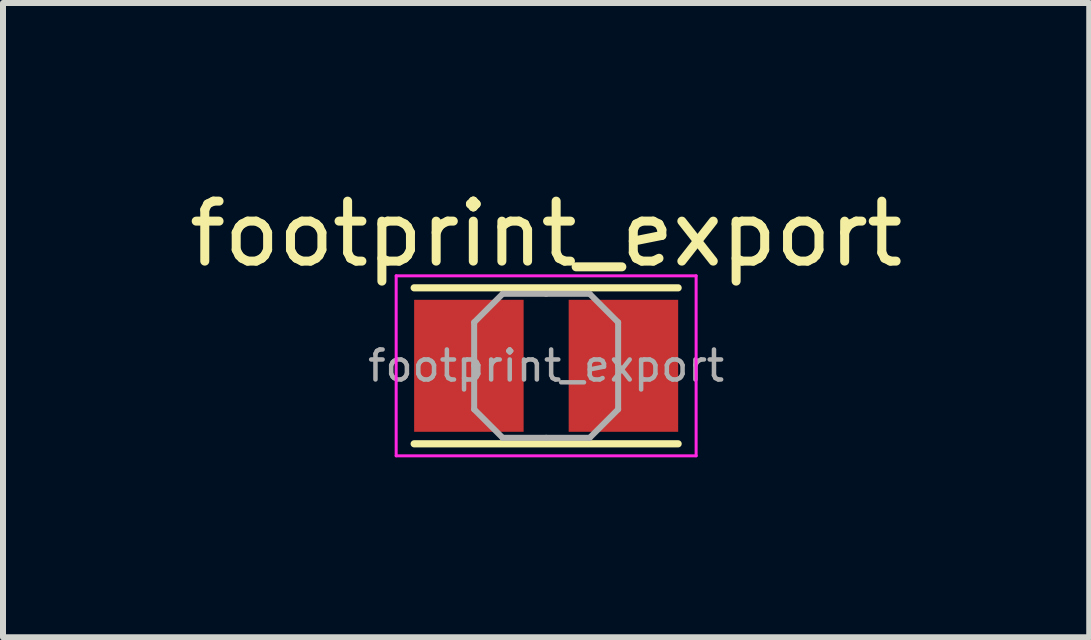
<source format=kicad_pcb>
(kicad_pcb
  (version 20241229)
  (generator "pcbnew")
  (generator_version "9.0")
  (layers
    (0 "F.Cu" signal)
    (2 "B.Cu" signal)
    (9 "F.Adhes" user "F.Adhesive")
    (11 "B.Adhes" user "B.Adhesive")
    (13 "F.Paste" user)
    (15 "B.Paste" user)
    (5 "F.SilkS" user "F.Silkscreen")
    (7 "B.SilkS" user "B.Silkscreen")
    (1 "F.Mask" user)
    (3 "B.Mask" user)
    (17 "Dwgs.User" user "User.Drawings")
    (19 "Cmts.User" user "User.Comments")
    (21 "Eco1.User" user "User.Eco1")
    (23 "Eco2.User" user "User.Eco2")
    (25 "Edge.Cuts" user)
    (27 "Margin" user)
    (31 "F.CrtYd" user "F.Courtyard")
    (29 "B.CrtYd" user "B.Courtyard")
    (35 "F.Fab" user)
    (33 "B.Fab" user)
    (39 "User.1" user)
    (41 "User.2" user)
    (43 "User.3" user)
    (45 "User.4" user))
  (footprint "footprint_export"
    (layer "F.Cu")
    (at 6.054 3.048)
    (property "Reference" "footprint_export" (at 0 -2.2 0) (layer "F.SilkS") (effects (font (size 1 1) (thickness 0.15))))
    (attr smd)
    (fp_line (start -2.2 -1.3) (end 2.2 -1.3) (stroke (width 0.12) (type solid)) (layer "F.SilkS"))
    (fp_line (start -2.2 1.3) (end 2.2 1.3) (stroke (width 0.12) (type solid)) (layer "F.SilkS"))
    (fp_line (start -2.5 -1.5) (end -2.5 1.5) (stroke (width 0.05) (type solid)) (layer "F.CrtYd"))
    (fp_line (start -2.5 1.5) (end 2.5 1.5) (stroke (width 0.05) (type solid)) (layer "F.CrtYd"))
    (fp_line (start 2.5 -1.5) (end -2.5 -1.5) (stroke (width 0.05) (type solid)) (layer "F.CrtYd"))
    (fp_line (start 2.5 1.5) (end 2.5 -1.5) (stroke (width 0.05) (type solid)) (layer "F.CrtYd"))
    (fp_line (start -1.2 -0.725) (end -0.725 -1.2) (stroke (width 0.1) (type solid)) (layer "F.Fab"))
    (fp_line (start -1.2 0) (end -1.2 -0.725) (stroke (width 0.1) (type solid)) (layer "F.Fab"))
    (fp_line (start -1.2 0) (end -1.2 0.725) (stroke (width 0.1) (type solid)) (layer "F.Fab"))
    (fp_line (start -1.2 0.725) (end -0.725 1.2) (stroke (width 0.1) (type solid)) (layer "F.Fab"))
    (fp_line (start -0.725 -1.2) (end 0 -1.2) (stroke (width 0.1) (type solid)) (layer "F.Fab"))
    (fp_line (start -0.725 1.2) (end 0 1.2) (stroke (width 0.1) (type solid)) (layer "F.Fab"))
    (fp_line (start 0.725 -1.2) (end 0 -1.2) (stroke (width 0.1) (type solid)) (layer "F.Fab"))
    (fp_line (start 0.725 1.2) (end 0 1.2) (stroke (width 0.1) (type solid)) (layer "F.Fab"))
    (fp_line (start 1.2 -0.725) (end 0.725 -1.2) (stroke (width 0.1) (type solid)) (layer "F.Fab"))
    (fp_line (start 1.2 0) (end 1.2 -0.725) (stroke (width 0.1) (type solid)) (layer "F.Fab"))
    (fp_line (start 1.2 0) (end 1.2 0.725) (stroke (width 0.1) (type solid)) (layer "F.Fab"))
    (fp_line (start 1.2 0.725) (end 0.725 1.2) (stroke (width 0.1) (type solid)) (layer "F.Fab"))
    (fp_text user "${REFERENCE}" (at 0 0 0) (layer "F.Fab") (effects (font (size 0.5 0.5) (thickness 0.075))))
    (pad "1" smd rect (at -1.288 0) (size 1.825 2.2) (layers "F.Cu" "F.Mask" "F.Paste"))
    (pad "2" smd rect (at 1.288 0) (size 1.825 2.2) (layers "F.Cu" "F.Mask" "F.Paste")))
  (gr_rect
    (start -3 -3)
    (end 15.107 7.573)
    (stroke (width 0.1) (type default))
    (fill no)
    (layer "Edge.Cuts")))
</source>
